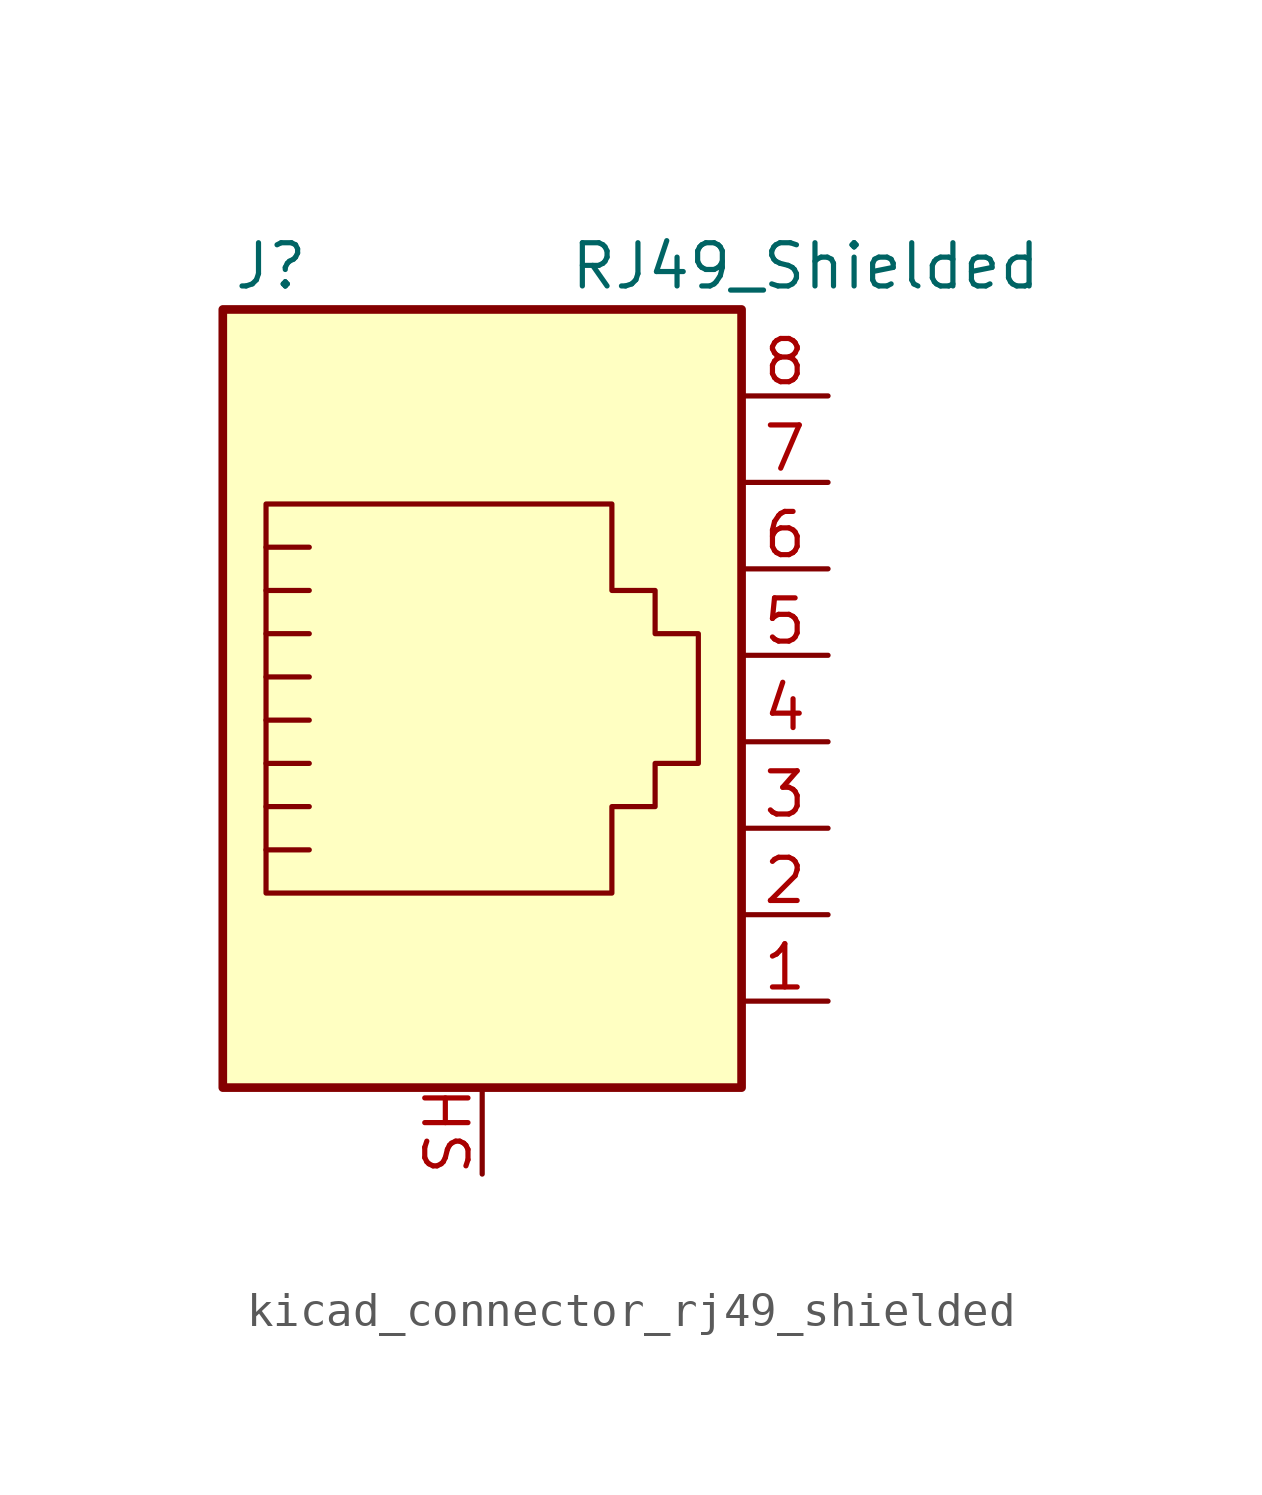
<source format=kicad_sym>
(kicad_symbol_lib
  (version 20220914)
  (generator kicad_symbol_editor)
  (symbol "kicad_connector_rj49_shielded"
    (pin_names
      (offset 1.016))
    (property "Reference" "J"
      (at -5.08 13.97 0)
      (effects (font (size 1.27 1.27)) (justify right)))
    (property "Value" "RJ49_Shielded"
      (at 2.54 13.97 0)
      (effects (font (size 1.27 1.27)) (justify left)))
    (symbol "kicad_connector_rj49_shielded_0_1"
      (polyline (pts (xy -5.08 4.445) (xy -6.35 4.445)) (stroke (width 0) (type default)) (fill (type none)))
      (polyline (pts (xy -5.08 5.715) (xy -6.35 5.715)) (stroke (width 0) (type default)) (fill (type none)))
      (polyline (pts (xy -6.35 -3.175) (xy -5.08 -3.175) (xy -5.08 -3.175)) (stroke (width 0) (type default)) (fill (type none)))
      (polyline (pts (xy -6.35 -1.905) (xy -5.08 -1.905) (xy -5.08 -1.905)) (stroke (width 0) (type default)) (fill (type none)))
      (polyline (pts (xy -6.35 -0.635) (xy -5.08 -0.635) (xy -5.08 -0.635)) (stroke (width 0) (type default)) (fill (type none)))
      (polyline (pts (xy -6.35 0.635) (xy -5.08 0.635) (xy -5.08 0.635)) (stroke (width 0) (type default)) (fill (type none)))
      (polyline (pts (xy -6.35 1.905) (xy -5.08 1.905) (xy -5.08 1.905)) (stroke (width 0) (type default)) (fill (type none)))
      (polyline (pts (xy -5.08 3.175) (xy -6.35 3.175) (xy -6.35 3.175)) (stroke (width 0) (type default)) (fill (type none)))
      (polyline (pts (xy -6.35 -4.445) (xy -6.35 6.985) (xy 3.81 6.985) (xy 3.81 4.445) (xy 5.08 4.445) (xy 5.08 3.175) (xy 6.35 3.175) (xy 6.35 -0.635) (xy 5.08 -0.635) (xy 5.08 -1.905) (xy 3.81 -1.905) (xy 3.81 -4.445) (xy -6.35 -4.445) (xy -6.35 -4.445)) (stroke (width 0) (type default)) (fill (type none)))
      (rectangle (start 7.62 12.7) (end -7.62 -10.16) (stroke (width 0.254) (type default)) (fill (type background))))
    (symbol "kicad_connector_rj49_shielded_1_1"
      (pin passive line (at 10.16 -7.62 180) (length 2.54) (name "~" (effects (font (size 1.27 1.27)))) (number "1" (effects (font (size 1.27 1.27)))))
      (pin passive line (at 10.16 -5.08 180) (length 2.54) (name "~" (effects (font (size 1.27 1.27)))) (number "2" (effects (font (size 1.27 1.27)))))
      (pin passive line (at 10.16 -2.54 180) (length 2.54) (name "~" (effects (font (size 1.27 1.27)))) (number "3" (effects (font (size 1.27 1.27)))))
      (pin passive line (at 10.16 0 180) (length 2.54) (name "~" (effects (font (size 1.27 1.27)))) (number "4" (effects (font (size 1.27 1.27)))))
      (pin passive line (at 10.16 2.54 180) (length 2.54) (name "~" (effects (font (size 1.27 1.27)))) (number "5" (effects (font (size 1.27 1.27)))))
      (pin passive line (at 10.16 5.08 180) (length 2.54) (name "~" (effects (font (size 1.27 1.27)))) (number "6" (effects (font (size 1.27 1.27)))))
      (pin passive line (at 10.16 7.62 180) (length 2.54) (name "~" (effects (font (size 1.27 1.27)))) (number "7" (effects (font (size 1.27 1.27)))))
      (pin passive line (at 10.16 10.16 180) (length 2.54) (name "~" (effects (font (size 1.27 1.27)))) (number "8" (effects (font (size 1.27 1.27)))))
      (pin passive line (at 0 -12.7 90) (length 2.54) (name "~" (effects (font (size 1.27 1.27)))) (number "SH" (effects (font (size 1.27 1.27))))))))
</source>
